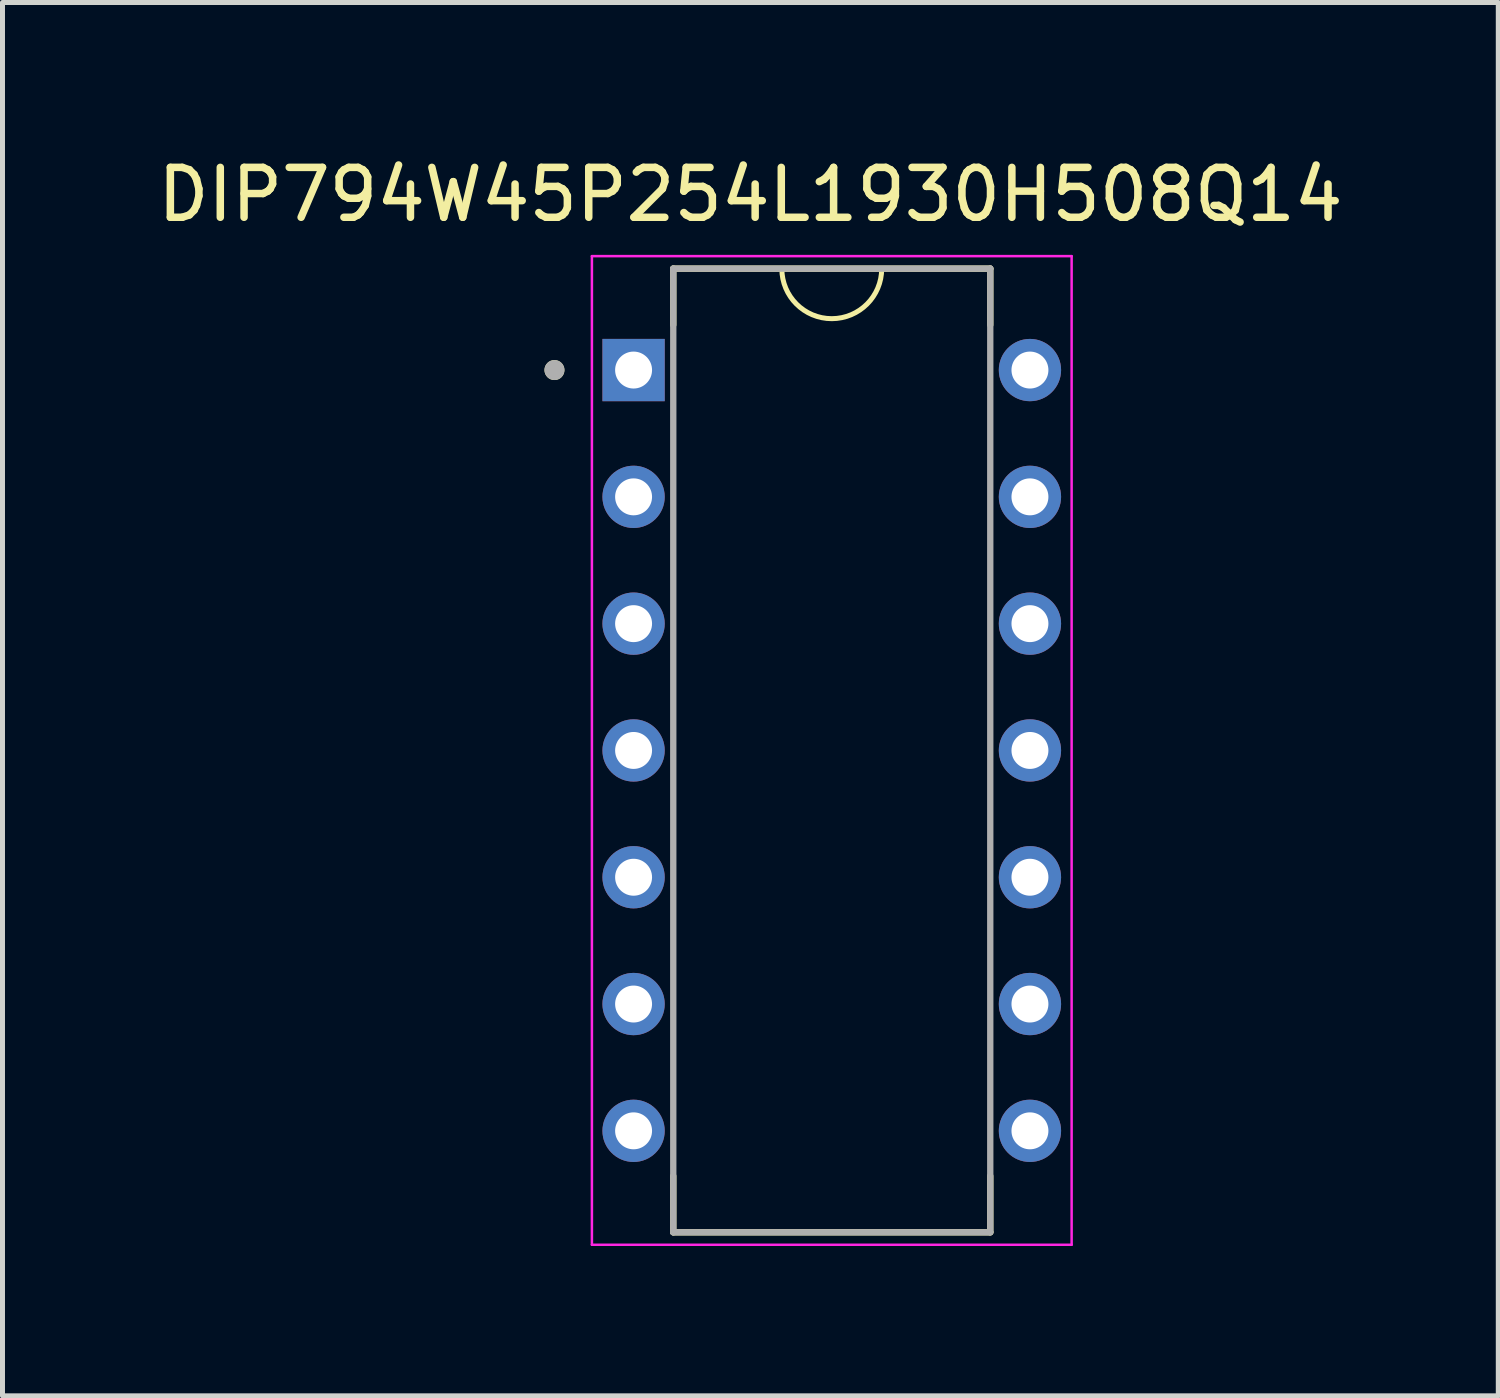
<source format=kicad_pcb>
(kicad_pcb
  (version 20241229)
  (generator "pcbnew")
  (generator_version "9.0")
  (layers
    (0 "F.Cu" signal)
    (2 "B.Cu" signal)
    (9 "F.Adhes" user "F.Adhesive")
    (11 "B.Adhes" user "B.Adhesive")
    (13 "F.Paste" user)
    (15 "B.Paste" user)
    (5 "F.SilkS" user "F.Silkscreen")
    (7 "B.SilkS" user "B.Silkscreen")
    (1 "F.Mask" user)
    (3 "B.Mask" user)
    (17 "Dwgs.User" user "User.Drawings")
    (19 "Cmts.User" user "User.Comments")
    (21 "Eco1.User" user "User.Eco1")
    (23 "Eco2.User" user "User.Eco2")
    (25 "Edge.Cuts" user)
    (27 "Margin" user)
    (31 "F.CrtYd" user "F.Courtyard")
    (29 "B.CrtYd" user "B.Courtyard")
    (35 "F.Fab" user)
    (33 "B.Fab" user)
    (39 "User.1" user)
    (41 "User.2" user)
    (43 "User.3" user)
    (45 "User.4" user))
  (footprint "DIP794W45P254L1930H508Q14"
    (layer "F.Cu")
    (at 13.612 11.983)
    (property "Reference" "DIP794W45P254L1930H508Q14" (at -1.63 -11.135 0) (layer "F.SilkS") (effects (font (size 1 1) (thickness 0.15))))
    (attr through_hole)
    (fp_line (start -3.175 -9.652) (end 3.175 -9.652) (stroke (width 0.127) (type solid)) (layer "F.SilkS"))
    (fp_line (start -3.175 -8.525) (end -3.175 -9.652) (stroke (width 0.127) (type solid)) (layer "F.SilkS"))
    (fp_line (start -3.175 9.652) (end -3.175 8.525) (stroke (width 0.127) (type solid)) (layer "F.SilkS"))
    (fp_line (start 3.175 -9.652) (end 3.175 -8.525) (stroke (width 0.127) (type solid)) (layer "F.SilkS"))
    (fp_line (start 3.175 8.525) (end 3.175 9.652) (stroke (width 0.127) (type solid)) (layer "F.SilkS"))
    (fp_line (start 3.175 9.652) (end -3.175 9.652) (stroke (width 0.127) (type solid)) (layer "F.SilkS"))
    (fp_arc (start 1 -9.65) (mid 0.000673 -8.652497) (end -0.999996 -9.648654) (stroke (width 0.1) (type default)) (layer "F.SilkS"))
    (fp_circle (center -5.555 -7.62) (end -5.455 -7.62) (stroke (width 0.2) (type solid)) (fill no) (layer "F.SilkS"))
    (fp_line (start -4.805 -9.902) (end -4.805 9.902) (stroke (width 0.05) (type solid)) (layer "F.CrtYd"))
    (fp_line (start 4.805 -9.902) (end -4.805 -9.902) (stroke (width 0.05) (type solid)) (layer "F.CrtYd"))
    (fp_line (start 4.805 -9.902) (end 4.805 9.902) (stroke (width 0.05) (type solid)) (layer "F.CrtYd"))
    (fp_line (start 4.805 9.902) (end -4.805 9.902) (stroke (width 0.05) (type solid)) (layer "F.CrtYd"))
    (fp_line (start -3.175 -9.652) (end -3.175 9.652) (stroke (width 0.127) (type solid)) (layer "F.Fab"))
    (fp_line (start -3.175 -9.652) (end 3.175 -9.652) (stroke (width 0.127) (type solid)) (layer "F.Fab"))
    (fp_line (start -3.175 9.652) (end 3.175 9.652) (stroke (width 0.127) (type solid)) (layer "F.Fab"))
    (fp_line (start 3.175 -9.652) (end 3.175 9.652) (stroke (width 0.127) (type solid)) (layer "F.Fab"))
    (fp_circle (center -5.555 -7.62) (end -5.455 -7.62) (stroke (width 0.2) (type solid)) (fill no) (layer "F.Fab"))
    (pad "1" thru_hole rect (at -3.97 -7.62) (size 1.248 1.248) (drill 0.74) (layers "*.Cu" "*.Mask"))
    (pad "2" thru_hole circle (at -3.97 -5.08) (size 1.248 1.248) (drill 0.74) (layers "*.Cu" "*.Mask"))
    (pad "3" thru_hole circle (at -3.97 -2.54) (size 1.248 1.248) (drill 0.74) (layers "*.Cu" "*.Mask"))
    (pad "4" thru_hole circle (at -3.97 0) (size 1.248 1.248) (drill 0.74) (layers "*.Cu" "*.Mask"))
    (pad "5" thru_hole circle (at -3.97 2.54) (size 1.248 1.248) (drill 0.74) (layers "*.Cu" "*.Mask"))
    (pad "6" thru_hole circle (at -3.97 5.08) (size 1.248 1.248) (drill 0.74) (layers "*.Cu" "*.Mask"))
    (pad "7" thru_hole circle (at -3.97 7.62) (size 1.248 1.248) (drill 0.74) (layers "*.Cu" "*.Mask"))
    (pad "8" thru_hole circle (at 3.97 7.62) (size 1.248 1.248) (drill 0.74) (layers "*.Cu" "*.Mask"))
    (pad "9" thru_hole circle (at 3.97 5.08) (size 1.248 1.248) (drill 0.74) (layers "*.Cu" "*.Mask"))
    (pad "10" thru_hole circle (at 3.97 2.54) (size 1.248 1.248) (drill 0.74) (layers "*.Cu" "*.Mask"))
    (pad "11" thru_hole circle (at 3.97 0) (size 1.248 1.248) (drill 0.74) (layers "*.Cu" "*.Mask"))
    (pad "12" thru_hole circle (at 3.97 -2.54) (size 1.248 1.248) (drill 0.74) (layers "*.Cu" "*.Mask"))
    (pad "13" thru_hole circle (at 3.97 -5.08) (size 1.248 1.248) (drill 0.74) (layers "*.Cu" "*.Mask"))
    (pad "14" thru_hole circle (at 3.97 -7.62) (size 1.248 1.248) (drill 0.74) (layers "*.Cu" "*.Mask")))
  (gr_rect
    (start -3 -3)
    (end 26.964 24.911)
    (stroke (width 0.1) (type default))
    (fill no)
    (layer "Edge.Cuts")))
</source>
